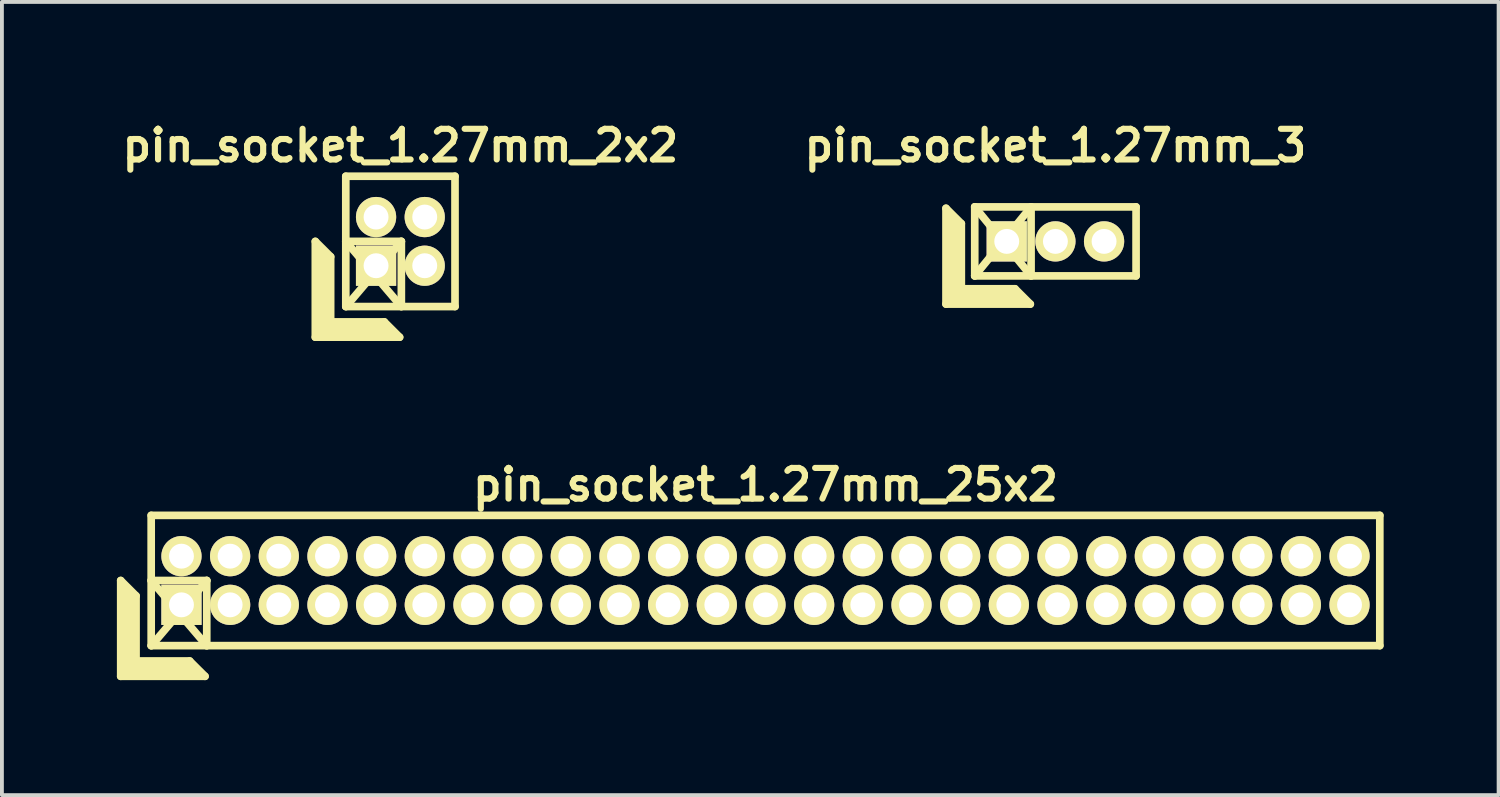
<source format=kicad_pcb>
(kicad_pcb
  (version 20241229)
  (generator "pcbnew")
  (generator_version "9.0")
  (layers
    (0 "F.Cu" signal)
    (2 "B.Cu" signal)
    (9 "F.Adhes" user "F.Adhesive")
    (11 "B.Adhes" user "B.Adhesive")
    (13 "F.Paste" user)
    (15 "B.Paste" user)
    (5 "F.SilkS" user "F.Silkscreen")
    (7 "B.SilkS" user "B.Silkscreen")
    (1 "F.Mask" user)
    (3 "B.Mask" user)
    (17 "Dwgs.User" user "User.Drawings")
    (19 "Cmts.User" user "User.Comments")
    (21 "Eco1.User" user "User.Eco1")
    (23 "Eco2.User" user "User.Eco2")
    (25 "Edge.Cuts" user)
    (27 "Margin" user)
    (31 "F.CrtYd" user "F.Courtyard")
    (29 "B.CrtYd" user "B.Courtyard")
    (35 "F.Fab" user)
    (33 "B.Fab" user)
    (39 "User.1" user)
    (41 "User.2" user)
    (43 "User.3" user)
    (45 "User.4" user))
  (footprint "pin_socket_1.27mm_2x2"
    (layer "F.Cu")
    (at 7.398 3.249)
    (property "Reference" "pin_socket_1.27mm_2x2" (at 0 -2.5 0) (layer "F.SilkS") (effects (font (size 0.8 0.8) (thickness 0.16))))
    (attr through_hole)
    (fp_line (start -2.22 0) (end -2.22 2.5) (stroke (width 0.2) (type solid)) (layer "F.SilkS"))
    (fp_line (start -2.22 0) (end -1.82 0.4) (stroke (width 0.2) (type solid)) (layer "F.SilkS"))
    (fp_line (start -2.22 2.5) (end -0.02 2.5) (stroke (width 0.2) (type solid)) (layer "F.SilkS"))
    (fp_line (start -2.12 2.4) (end -2.12 0.2) (stroke (width 0.2) (type solid)) (layer "F.SilkS"))
    (fp_line (start -2.12 2.4) (end -0.22 2.4) (stroke (width 0.2) (type solid)) (layer "F.SilkS"))
    (fp_line (start -2.02 2.3) (end -2.02 0.3) (stroke (width 0.2) (type solid)) (layer "F.SilkS"))
    (fp_line (start -2.02 2.3) (end -0.32 2.3) (stroke (width 0.2) (type solid)) (layer "F.SilkS"))
    (fp_line (start -1.92 2.2) (end -1.92 0.4) (stroke (width 0.2) (type solid)) (layer "F.SilkS"))
    (fp_line (start -1.92 2.2) (end -0.42 2.2) (stroke (width 0.2) (type solid)) (layer "F.SilkS"))
    (fp_line (start -1.82 2.1) (end -1.82 0.4) (stroke (width 0.2) (type solid)) (layer "F.SilkS"))
    (fp_line (start -1.82 2.1) (end -0.42 2.1) (stroke (width 0.2) (type solid)) (layer "F.SilkS"))
    (fp_line (start -1.425 -1.7) (end 1.425 -1.7) (stroke (width 0.2) (type solid)) (layer "F.SilkS"))
    (fp_line (start -1.425 0) (end 0.025 0) (stroke (width 0.2) (type solid)) (layer "F.SilkS"))
    (fp_line (start -1.425 0) (end 0.025 1.7) (stroke (width 0.2) (type solid)) (layer "F.SilkS"))
    (fp_line (start -1.425 1.7) (end -1.425 -1.7) (stroke (width 0.2) (type solid)) (layer "F.SilkS"))
    (fp_line (start -0.42 2.1) (end -0.02 2.5) (stroke (width 0.2) (type solid)) (layer "F.SilkS"))
    (fp_line (start 0.025 0) (end -1.42 1.7) (stroke (width 0.2) (type solid)) (layer "F.SilkS"))
    (fp_line (start 0.025 0) (end 0.025 1.7) (stroke (width 0.2) (type solid)) (layer "F.SilkS"))
    (fp_line (start 1.425 -1.7) (end 1.425 1.7) (stroke (width 0.2) (type solid)) (layer "F.SilkS"))
    (fp_line (start 1.425 1.7) (end -1.425 1.7) (stroke (width 0.2) (type solid)) (layer "F.SilkS"))
    (pad "1" thru_hole rect (at -0.635 0.635) (size 1.05 1.05) (drill 0.65) (layers "*.Cu" "*.Mask" "F.SilkS"))
    (pad "2" thru_hole oval (at -0.635 -0.635) (size 1.05 1.05) (drill 0.65) (layers "*.Cu" "*.Mask" "F.SilkS"))
    (pad "3" thru_hole oval (at 0.635 0.635) (size 1.05 1.05) (drill 0.65) (layers "*.Cu" "*.Mask" "F.SilkS"))
    (pad "4" thru_hole oval (at 0.635 -0.635) (size 1.05 1.05) (drill 0.65) (layers "*.Cu" "*.Mask" "F.SilkS")))
  (footprint "pin_socket_1.27mm_25x2"
    (layer "F.Cu")
    (at 16.925 12.098)
    (property "Reference" "pin_socket_1.27mm_25x2" (at 0 -2.5 0) (layer "F.SilkS") (effects (font (size 0.8 0.8) (thickness 0.16))))
    (attr through_hole)
    (fp_line (start -16.825 0) (end -16.825 2.5) (stroke (width 0.2) (type solid)) (layer "F.SilkS"))
    (fp_line (start -16.825 0) (end -16.425 0.4) (stroke (width 0.2) (type solid)) (layer "F.SilkS"))
    (fp_line (start -16.825 2.5) (end -14.625 2.5) (stroke (width 0.2) (type solid)) (layer "F.SilkS"))
    (fp_line (start -16.725 2.4) (end -16.725 0.2) (stroke (width 0.2) (type solid)) (layer "F.SilkS"))
    (fp_line (start -16.725 2.4) (end -14.825 2.4) (stroke (width 0.2) (type solid)) (layer "F.SilkS"))
    (fp_line (start -16.625 2.3) (end -16.625 0.3) (stroke (width 0.2) (type solid)) (layer "F.SilkS"))
    (fp_line (start -16.625 2.3) (end -14.925 2.3) (stroke (width 0.2) (type solid)) (layer "F.SilkS"))
    (fp_line (start -16.525 2.2) (end -16.525 0.4) (stroke (width 0.2) (type solid)) (layer "F.SilkS"))
    (fp_line (start -16.525 2.2) (end -15.025 2.2) (stroke (width 0.2) (type solid)) (layer "F.SilkS"))
    (fp_line (start -16.425 2.1) (end -16.425 0.4) (stroke (width 0.2) (type solid)) (layer "F.SilkS"))
    (fp_line (start -16.425 2.1) (end -15.025 2.1) (stroke (width 0.2) (type solid)) (layer "F.SilkS"))
    (fp_line (start -16.03 -1.7) (end 16.03 -1.7) (stroke (width 0.2) (type solid)) (layer "F.SilkS"))
    (fp_line (start -16.03 0) (end -14.58 0) (stroke (width 0.2) (type solid)) (layer "F.SilkS"))
    (fp_line (start -16.03 0) (end -14.58 1.7) (stroke (width 0.2) (type solid)) (layer "F.SilkS"))
    (fp_line (start -16.03 1.7) (end -16.03 -1.7) (stroke (width 0.2) (type solid)) (layer "F.SilkS"))
    (fp_line (start -15.025 2.1) (end -14.625 2.5) (stroke (width 0.2) (type solid)) (layer "F.SilkS"))
    (fp_line (start -14.58 0) (end -16.025 1.7) (stroke (width 0.2) (type solid)) (layer "F.SilkS"))
    (fp_line (start -14.58 0) (end -14.58 1.7) (stroke (width 0.2) (type solid)) (layer "F.SilkS"))
    (fp_line (start 16.03 -1.7) (end 16.03 1.7) (stroke (width 0.2) (type solid)) (layer "F.SilkS"))
    (fp_line (start 16.03 1.7) (end -16.03 1.7) (stroke (width 0.2) (type solid)) (layer "F.SilkS"))
    (pad "1" thru_hole rect (at -15.24 0.635) (size 1.05 1.05) (drill 0.65) (layers "*.Cu" "*.Mask" "F.SilkS"))
    (pad "2" thru_hole oval (at -15.24 -0.635) (size 1.05 1.05) (drill 0.65) (layers "*.Cu" "*.Mask" "F.SilkS"))
    (pad "3" thru_hole oval (at -13.97 0.635) (size 1.05 1.05) (drill 0.65) (layers "*.Cu" "*.Mask" "F.SilkS"))
    (pad "4" thru_hole oval (at -13.97 -0.635) (size 1.05 1.05) (drill 0.65) (layers "*.Cu" "*.Mask" "F.SilkS"))
    (pad "5" thru_hole oval (at -12.7 0.635) (size 1.05 1.05) (drill 0.65) (layers "*.Cu" "*.Mask" "F.SilkS"))
    (pad "6" thru_hole oval (at -12.7 -0.635) (size 1.05 1.05) (drill 0.65) (layers "*.Cu" "*.Mask" "F.SilkS"))
    (pad "7" thru_hole oval (at -11.43 0.635) (size 1.05 1.05) (drill 0.65) (layers "*.Cu" "*.Mask" "F.SilkS"))
    (pad "8" thru_hole oval (at -11.43 -0.635) (size 1.05 1.05) (drill 0.65) (layers "*.Cu" "*.Mask" "F.SilkS"))
    (pad "9" thru_hole oval (at -10.16 0.635) (size 1.05 1.05) (drill 0.65) (layers "*.Cu" "*.Mask" "F.SilkS"))
    (pad "10" thru_hole oval (at -10.16 -0.635) (size 1.05 1.05) (drill 0.65) (layers "*.Cu" "*.Mask" "F.SilkS"))
    (pad "11" thru_hole oval (at -8.89 0.635) (size 1.05 1.05) (drill 0.65) (layers "*.Cu" "*.Mask" "F.SilkS"))
    (pad "12" thru_hole oval (at -8.89 -0.635) (size 1.05 1.05) (drill 0.65) (layers "*.Cu" "*.Mask" "F.SilkS"))
    (pad "13" thru_hole oval (at -7.62 0.635) (size 1.05 1.05) (drill 0.65) (layers "*.Cu" "*.Mask" "F.SilkS"))
    (pad "14" thru_hole oval (at -7.62 -0.635) (size 1.05 1.05) (drill 0.65) (layers "*.Cu" "*.Mask" "F.SilkS"))
    (pad "15" thru_hole oval (at -6.35 0.635) (size 1.05 1.05) (drill 0.65) (layers "*.Cu" "*.Mask" "F.SilkS"))
    (pad "16" thru_hole oval (at -6.35 -0.635) (size 1.05 1.05) (drill 0.65) (layers "*.Cu" "*.Mask" "F.SilkS"))
    (pad "17" thru_hole oval (at -5.08 0.635) (size 1.05 1.05) (drill 0.65) (layers "*.Cu" "*.Mask" "F.SilkS"))
    (pad "18" thru_hole oval (at -5.08 -0.635) (size 1.05 1.05) (drill 0.65) (layers "*.Cu" "*.Mask" "F.SilkS"))
    (pad "19" thru_hole oval (at -3.81 0.635) (size 1.05 1.05) (drill 0.65) (layers "*.Cu" "*.Mask" "F.SilkS"))
    (pad "20" thru_hole oval (at -3.81 -0.635) (size 1.05 1.05) (drill 0.65) (layers "*.Cu" "*.Mask" "F.SilkS"))
    (pad "21" thru_hole oval (at -2.54 0.635) (size 1.05 1.05) (drill 0.65) (layers "*.Cu" "*.Mask" "F.SilkS"))
    (pad "22" thru_hole oval (at -2.54 -0.635) (size 1.05 1.05) (drill 0.65) (layers "*.Cu" "*.Mask" "F.SilkS"))
    (pad "23" thru_hole oval (at -1.27 0.635) (size 1.05 1.05) (drill 0.65) (layers "*.Cu" "*.Mask" "F.SilkS"))
    (pad "24" thru_hole oval (at -1.27 -0.635) (size 1.05 1.05) (drill 0.65) (layers "*.Cu" "*.Mask" "F.SilkS"))
    (pad "25" thru_hole oval (at 0 0.635) (size 1.05 1.05) (drill 0.65) (layers "*.Cu" "*.Mask" "F.SilkS"))
    (pad "26" thru_hole oval (at 0 -0.635) (size 1.05 1.05) (drill 0.65) (layers "*.Cu" "*.Mask" "F.SilkS"))
    (pad "27" thru_hole oval (at 1.27 0.635) (size 1.05 1.05) (drill 0.65) (layers "*.Cu" "*.Mask" "F.SilkS"))
    (pad "28" thru_hole oval (at 1.27 -0.635) (size 1.05 1.05) (drill 0.65) (layers "*.Cu" "*.Mask" "F.SilkS"))
    (pad "29" thru_hole oval (at 2.54 0.635) (size 1.05 1.05) (drill 0.65) (layers "*.Cu" "*.Mask" "F.SilkS"))
    (pad "30" thru_hole oval (at 2.54 -0.635) (size 1.05 1.05) (drill 0.65) (layers "*.Cu" "*.Mask" "F.SilkS"))
    (pad "31" thru_hole oval (at 3.81 0.635) (size 1.05 1.05) (drill 0.65) (layers "*.Cu" "*.Mask" "F.SilkS"))
    (pad "32" thru_hole oval (at 3.81 -0.635) (size 1.05 1.05) (drill 0.65) (layers "*.Cu" "*.Mask" "F.SilkS"))
    (pad "33" thru_hole oval (at 5.08 0.635) (size 1.05 1.05) (drill 0.65) (layers "*.Cu" "*.Mask" "F.SilkS"))
    (pad "34" thru_hole oval (at 5.08 -0.635) (size 1.05 1.05) (drill 0.65) (layers "*.Cu" "*.Mask" "F.SilkS"))
    (pad "35" thru_hole oval (at 6.35 0.635) (size 1.05 1.05) (drill 0.65) (layers "*.Cu" "*.Mask" "F.SilkS"))
    (pad "36" thru_hole oval (at 6.35 -0.635) (size 1.05 1.05) (drill 0.65) (layers "*.Cu" "*.Mask" "F.SilkS"))
    (pad "37" thru_hole oval (at 7.62 0.635) (size 1.05 1.05) (drill 0.65) (layers "*.Cu" "*.Mask" "F.SilkS"))
    (pad "38" thru_hole oval (at 7.62 -0.635) (size 1.05 1.05) (drill 0.65) (layers "*.Cu" "*.Mask" "F.SilkS"))
    (pad "39" thru_hole oval (at 8.89 0.635) (size 1.05 1.05) (drill 0.65) (layers "*.Cu" "*.Mask" "F.SilkS"))
    (pad "40" thru_hole oval (at 8.89 -0.635) (size 1.05 1.05) (drill 0.65) (layers "*.Cu" "*.Mask" "F.SilkS"))
    (pad "41" thru_hole oval (at 10.16 0.635) (size 1.05 1.05) (drill 0.65) (layers "*.Cu" "*.Mask" "F.SilkS"))
    (pad "42" thru_hole oval (at 10.16 -0.635) (size 1.05 1.05) (drill 0.65) (layers "*.Cu" "*.Mask" "F.SilkS"))
    (pad "43" thru_hole oval (at 11.43 0.635) (size 1.05 1.05) (drill 0.65) (layers "*.Cu" "*.Mask" "F.SilkS"))
    (pad "44" thru_hole oval (at 11.43 -0.635) (size 1.05 1.05) (drill 0.65) (layers "*.Cu" "*.Mask" "F.SilkS"))
    (pad "45" thru_hole oval (at 12.7 0.635) (size 1.05 1.05) (drill 0.65) (layers "*.Cu" "*.Mask" "F.SilkS"))
    (pad "46" thru_hole oval (at 12.7 -0.635) (size 1.05 1.05) (drill 0.65) (layers "*.Cu" "*.Mask" "F.SilkS"))
    (pad "47" thru_hole oval (at 13.97 0.635) (size 1.05 1.05) (drill 0.65) (layers "*.Cu" "*.Mask" "F.SilkS"))
    (pad "48" thru_hole oval (at 13.97 -0.635) (size 1.05 1.05) (drill 0.65) (layers "*.Cu" "*.Mask" "F.SilkS"))
    (pad "49" thru_hole oval (at 15.24 0.635) (size 1.05 1.05) (drill 0.65) (layers "*.Cu" "*.Mask" "F.SilkS"))
    (pad "50" thru_hole oval (at 15.24 -0.635) (size 1.05 1.05) (drill 0.65) (layers "*.Cu" "*.Mask" "F.SilkS")))
  (footprint "pin_socket_1.27mm_3"
    (layer "F.Cu")
    (at 24.49 3.249)
    (property "Reference" "pin_socket_1.27mm_3" (at 0 -2.5 0) (layer "F.SilkS") (effects (font (size 0.8 0.8) (thickness 0.16))))
    (attr through_hole)
    (fp_line (start -2.855 -0.864) (end -2.855 1.636) (stroke (width 0.2) (type solid)) (layer "F.SilkS"))
    (fp_line (start -2.855 -0.864) (end -2.455 -0.464) (stroke (width 0.2) (type solid)) (layer "F.SilkS"))
    (fp_line (start -2.855 1.636) (end -0.655 1.636) (stroke (width 0.2) (type solid)) (layer "F.SilkS"))
    (fp_line (start -2.755 1.536) (end -2.755 -0.664) (stroke (width 0.2) (type solid)) (layer "F.SilkS"))
    (fp_line (start -2.755 1.536) (end -0.855 1.536) (stroke (width 0.2) (type solid)) (layer "F.SilkS"))
    (fp_line (start -2.655 1.436) (end -2.655 -0.564) (stroke (width 0.2) (type solid)) (layer "F.SilkS"))
    (fp_line (start -2.655 1.436) (end -0.955 1.436) (stroke (width 0.2) (type solid)) (layer "F.SilkS"))
    (fp_line (start -2.555 1.336) (end -2.555 -0.464) (stroke (width 0.2) (type solid)) (layer "F.SilkS"))
    (fp_line (start -2.555 1.336) (end -1.055 1.336) (stroke (width 0.2) (type solid)) (layer "F.SilkS"))
    (fp_line (start -2.455 1.236) (end -2.455 -0.464) (stroke (width 0.2) (type solid)) (layer "F.SilkS"))
    (fp_line (start -2.455 1.236) (end -1.055 1.236) (stroke (width 0.2) (type solid)) (layer "F.SilkS"))
    (fp_line (start -2.105 -0.9) (end -0.635 0.9) (stroke (width 0.2) (type solid)) (layer "F.SilkS"))
    (fp_line (start -2.105 -0.9) (end 2.105 -0.9) (stroke (width 0.2) (type solid)) (layer "F.SilkS"))
    (fp_line (start -2.105 0.9) (end -2.105 -0.9) (stroke (width 0.2) (type solid)) (layer "F.SilkS"))
    (fp_line (start -2.105 0.9) (end -0.635 -0.9) (stroke (width 0.2) (type solid)) (layer "F.SilkS"))
    (fp_line (start -1.055 1.236) (end -0.655 1.636) (stroke (width 0.2) (type solid)) (layer "F.SilkS"))
    (fp_line (start -0.635 -0.9) (end -0.635 0.9) (stroke (width 0.2) (type solid)) (layer "F.SilkS"))
    (fp_line (start 2.105 -0.9) (end 2.105 0.9) (stroke (width 0.2) (type solid)) (layer "F.SilkS"))
    (fp_line (start 2.105 0.9) (end -2.105 0.9) (stroke (width 0.2) (type solid)) (layer "F.SilkS"))
    (pad "1" thru_hole rect (at -1.27 0) (size 1.05 1.05) (drill 0.65) (layers "*.Cu" "*.Mask" "F.SilkS"))
    (pad "2" thru_hole oval (at 0 0) (size 1.05 1.05) (drill 0.65) (layers "*.Cu" "*.Mask" "F.SilkS"))
    (pad "3" thru_hole oval (at 1.27 0) (size 1.05 1.05) (drill 0.65) (layers "*.Cu" "*.Mask" "F.SilkS")))
  (gr_rect
    (start -3 -3)
    (end 36.055 17.698)
    (stroke (width 0.1) (type default))
    (fill no)
    (layer "Edge.Cuts")))
</source>
